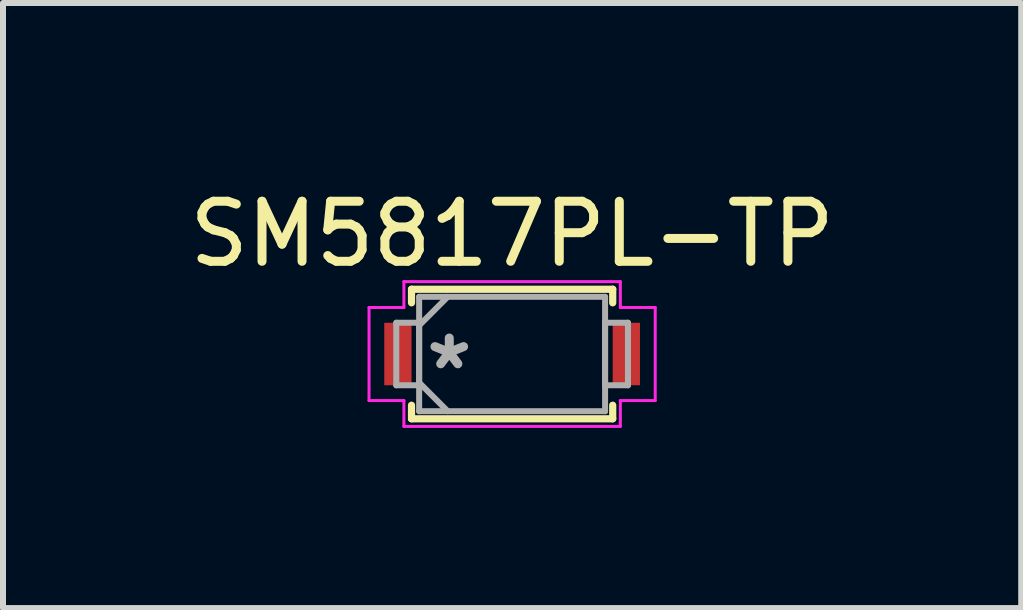
<source format=kicad_pcb>
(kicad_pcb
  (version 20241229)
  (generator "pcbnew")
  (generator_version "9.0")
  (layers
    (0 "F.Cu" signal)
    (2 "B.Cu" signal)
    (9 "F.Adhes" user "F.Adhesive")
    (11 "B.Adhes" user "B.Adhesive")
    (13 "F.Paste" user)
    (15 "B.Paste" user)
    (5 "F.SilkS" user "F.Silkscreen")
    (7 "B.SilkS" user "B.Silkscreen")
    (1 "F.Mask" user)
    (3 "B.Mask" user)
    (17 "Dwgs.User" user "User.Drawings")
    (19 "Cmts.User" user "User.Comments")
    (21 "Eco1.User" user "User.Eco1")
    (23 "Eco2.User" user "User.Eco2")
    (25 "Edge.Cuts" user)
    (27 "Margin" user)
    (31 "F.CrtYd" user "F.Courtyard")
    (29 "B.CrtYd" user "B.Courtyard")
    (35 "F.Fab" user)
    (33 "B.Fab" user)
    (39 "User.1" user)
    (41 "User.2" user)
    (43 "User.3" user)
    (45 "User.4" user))
  (footprint "SM5817PL-TP"
    (layer "F.Cu")
    (at 5.482 2.848)
    (property "Reference" "SM5817PL-TP" (at 0 -2 0) (layer "F.SilkS") (effects (font (size 1 1) (thickness 0.15))))
    (attr through_hole)
    (fp_line (start -1.676 -1.079) (end -1.676 -0.853) (stroke (width 0.12) (type solid)) (layer "F.SilkS"))
    (fp_line (start -1.676 0.853) (end -1.676 1.079) (stroke (width 0.12) (type solid)) (layer "F.SilkS"))
    (fp_line (start -1.676 1.079) (end 1.676 1.079) (stroke (width 0.12) (type solid)) (layer "F.SilkS"))
    (fp_line (start 1.676 -1.079) (end -1.676 -1.079) (stroke (width 0.12) (type solid)) (layer "F.SilkS"))
    (fp_line (start 1.676 -0.853) (end 1.676 -1.079) (stroke (width 0.12) (type solid)) (layer "F.SilkS"))
    (fp_line (start 1.676 1.079) (end 1.676 0.853) (stroke (width 0.12) (type solid)) (layer "F.SilkS"))
    (fp_line (start -2.384 -0.775) (end -1.803 -0.775) (stroke (width 0.05) (type solid)) (layer "F.CrtYd"))
    (fp_line (start -2.384 0.775) (end -2.384 -0.775) (stroke (width 0.05) (type solid)) (layer "F.CrtYd"))
    (fp_line (start -1.803 -1.206) (end 1.803 -1.206) (stroke (width 0.05) (type solid)) (layer "F.CrtYd"))
    (fp_line (start -1.803 -0.775) (end -1.803 -1.206) (stroke (width 0.05) (type solid)) (layer "F.CrtYd"))
    (fp_line (start -1.803 0.775) (end -2.384 0.775) (stroke (width 0.05) (type solid)) (layer "F.CrtYd"))
    (fp_line (start -1.803 1.206) (end -1.803 0.775) (stroke (width 0.05) (type solid)) (layer "F.CrtYd"))
    (fp_line (start 1.803 -1.206) (end 1.803 -0.775) (stroke (width 0.05) (type solid)) (layer "F.CrtYd"))
    (fp_line (start 1.803 -0.775) (end 2.384 -0.775) (stroke (width 0.05) (type solid)) (layer "F.CrtYd"))
    (fp_line (start 1.803 0.775) (end 1.803 1.206) (stroke (width 0.05) (type solid)) (layer "F.CrtYd"))
    (fp_line (start 1.803 1.206) (end -1.803 1.206) (stroke (width 0.05) (type solid)) (layer "F.CrtYd"))
    (fp_line (start 2.384 -0.775) (end 2.384 0.775) (stroke (width 0.05) (type solid)) (layer "F.CrtYd"))
    (fp_line (start 2.384 0.775) (end 1.803 0.775) (stroke (width 0.05) (type solid)) (layer "F.CrtYd"))
    (fp_line (start -1.93 -0.521) (end -1.93 0.521) (stroke (width 0.1) (type solid)) (layer "F.Fab"))
    (fp_line (start -1.93 0.521) (end -1.549 0.521) (stroke (width 0.1) (type solid)) (layer "F.Fab"))
    (fp_line (start -1.549 -0.953) (end -1.549 0.953) (stroke (width 0.1) (type solid)) (layer "F.Fab"))
    (fp_line (start -1.549 -0.521) (end -1.93 -0.521) (stroke (width 0.1) (type solid)) (layer "F.Fab"))
    (fp_line (start -1.549 -0.476) (end -1.073 -0.953) (stroke (width 0.1) (type solid)) (layer "F.Fab"))
    (fp_line (start -1.549 0.476) (end -1.073 0.953) (stroke (width 0.1) (type solid)) (layer "F.Fab"))
    (fp_line (start -1.549 0.521) (end -1.549 -0.521) (stroke (width 0.1) (type solid)) (layer "F.Fab"))
    (fp_line (start -1.549 0.953) (end 1.549 0.953) (stroke (width 0.1) (type solid)) (layer "F.Fab"))
    (fp_line (start 1.549 -0.953) (end -1.549 -0.953) (stroke (width 0.1) (type solid)) (layer "F.Fab"))
    (fp_line (start 1.549 -0.521) (end 1.549 0.521) (stroke (width 0.1) (type solid)) (layer "F.Fab"))
    (fp_line (start 1.549 0.521) (end 1.93 0.521) (stroke (width 0.1) (type solid)) (layer "F.Fab"))
    (fp_line (start 1.549 0.953) (end 1.549 -0.953) (stroke (width 0.1) (type solid)) (layer "F.Fab"))
    (fp_line (start 1.93 -0.521) (end 1.549 -0.521) (stroke (width 0.1) (type solid)) (layer "F.Fab"))
    (fp_line (start 1.93 0.521) (end 1.93 -0.521) (stroke (width 0.1) (type solid)) (layer "F.Fab"))
    (fp_text user "*" (at -1.047 0.279 0) (layer "F.Fab") (effects (font (size 1 1) (thickness 0.15))))
    (pad "1" smd rect (at -1.903 0) (size 0.454 1.041) (layers "F.Cu" "F.Mask" "F.Paste"))
    (pad "2" smd rect (at 1.903 0) (size 0.454 1.041) (layers "F.Cu" "F.Mask" "F.Paste")))
  (gr_rect
    (start -3 -3)
    (end 13.964 7.08)
    (stroke (width 0.1) (type default))
    (fill no)
    (layer "Edge.Cuts")))
</source>
